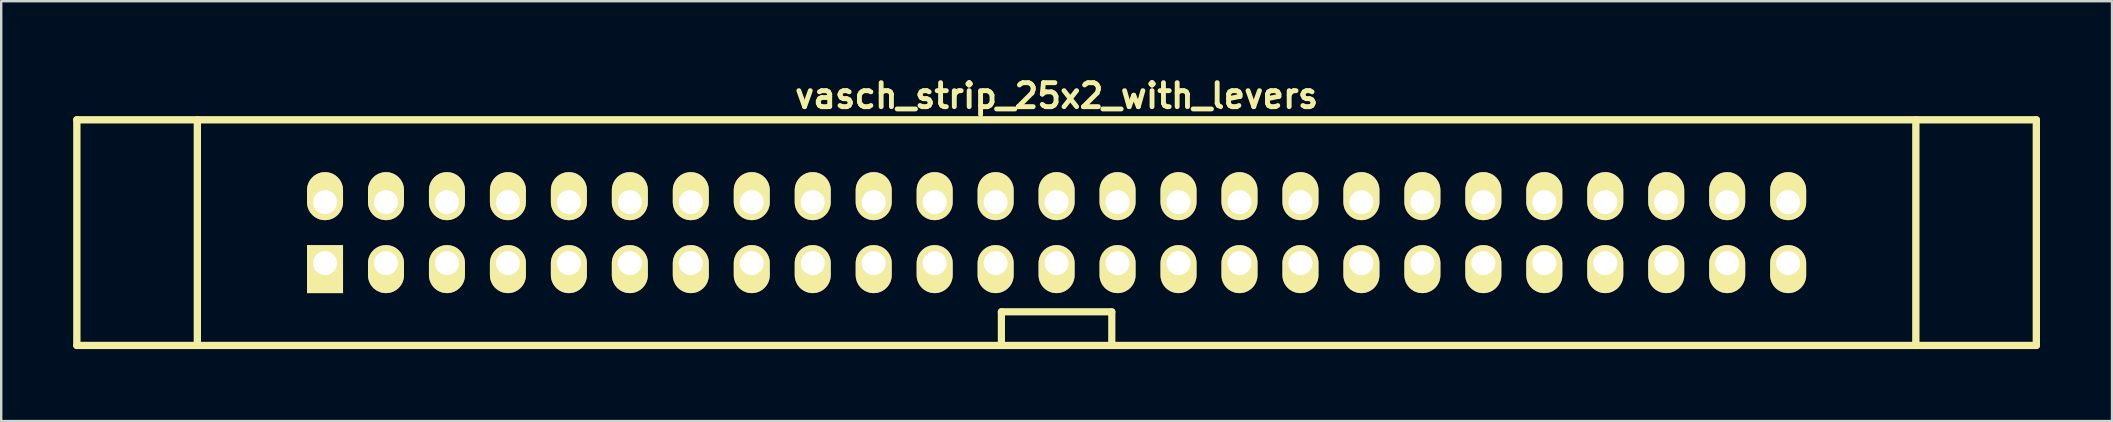
<source format=kicad_pcb>
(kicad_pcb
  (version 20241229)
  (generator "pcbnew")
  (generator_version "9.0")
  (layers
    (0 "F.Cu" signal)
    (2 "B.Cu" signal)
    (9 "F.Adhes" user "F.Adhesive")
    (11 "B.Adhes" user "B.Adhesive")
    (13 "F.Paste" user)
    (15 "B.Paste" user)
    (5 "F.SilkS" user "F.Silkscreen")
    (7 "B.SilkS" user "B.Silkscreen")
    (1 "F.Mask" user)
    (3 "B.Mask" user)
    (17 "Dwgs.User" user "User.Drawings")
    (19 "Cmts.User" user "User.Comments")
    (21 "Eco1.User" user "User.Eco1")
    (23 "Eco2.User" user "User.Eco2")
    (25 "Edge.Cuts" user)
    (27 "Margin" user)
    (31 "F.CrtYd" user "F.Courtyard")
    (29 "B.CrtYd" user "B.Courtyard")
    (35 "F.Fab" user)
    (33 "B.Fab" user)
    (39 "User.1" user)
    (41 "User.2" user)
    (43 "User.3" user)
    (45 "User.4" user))
  (footprint "vasch_strip_25x2_with_levers"
    (layer "F.Cu")
    (at 40.972 6.642)
    (property "Reference" "vasch_strip_25x2_with_levers" (at 0 -5.7 0) (layer "F.SilkS") (effects (font (size 1 1) (thickness 0.203))))
    (attr through_hole)
    (fp_line (start -40.82 -4.7) (end -40.82 4.7) (stroke (width 0.305) (type solid)) (layer "F.SilkS"))
    (fp_line (start -40.82 4.7) (end 40.82 4.7) (stroke (width 0.305) (type solid)) (layer "F.SilkS"))
    (fp_line (start -35.8 -4.7) (end -35.8 4.7) (stroke (width 0.305) (type solid)) (layer "F.SilkS"))
    (fp_line (start -2.3 3.3) (end -2.3 4.7) (stroke (width 0.3) (type solid)) (layer "F.SilkS"))
    (fp_line (start 2.3 3.3) (end -2.3 3.3) (stroke (width 0.3) (type solid)) (layer "F.SilkS"))
    (fp_line (start 2.3 4.7) (end 2.3 3.3) (stroke (width 0.3) (type solid)) (layer "F.SilkS"))
    (fp_line (start 35.8 -4.7) (end 35.8 4.7) (stroke (width 0.305) (type solid)) (layer "F.SilkS"))
    (fp_line (start 40.82 -4.7) (end -40.82 -4.7) (stroke (width 0.305) (type solid)) (layer "F.SilkS"))
    (fp_line (start 40.82 -4.7) (end 40.82 4.7) (stroke (width 0.305) (type solid)) (layer "F.SilkS"))
    (pad "1" thru_hole rect (at -30.48 1.27) (size 1.5 2) (drill 1 (offset 0 0.25)) (layers "*.Cu" "*.Mask" "F.SilkS"))
    (pad "2" thru_hole oval (at -30.48 -1.27) (size 1.5 2) (drill 1 (offset 0 -0.25)) (layers "*.Cu" "*.Mask" "F.SilkS"))
    (pad "3" thru_hole oval (at -27.94 1.27) (size 1.5 2) (drill 1 (offset 0 0.25)) (layers "*.Cu" "*.Mask" "F.SilkS"))
    (pad "4" thru_hole oval (at -27.94 -1.27) (size 1.5 2) (drill 1 (offset 0 -0.25)) (layers "*.Cu" "*.Mask" "F.SilkS"))
    (pad "5" thru_hole oval (at -25.4 1.27) (size 1.5 2) (drill 1 (offset 0 0.25)) (layers "*.Cu" "*.Mask" "F.SilkS"))
    (pad "6" thru_hole oval (at -25.4 -1.27) (size 1.5 2) (drill 1 (offset 0 -0.25)) (layers "*.Cu" "*.Mask" "F.SilkS"))
    (pad "7" thru_hole oval (at -22.86 1.27) (size 1.5 2) (drill 1 (offset 0 0.25)) (layers "*.Cu" "*.Mask" "F.SilkS"))
    (pad "8" thru_hole oval (at -22.86 -1.27) (size 1.5 2) (drill 1 (offset 0 -0.25)) (layers "*.Cu" "*.Mask" "F.SilkS"))
    (pad "9" thru_hole oval (at -20.32 1.27) (size 1.5 2) (drill 1 (offset 0 0.25)) (layers "*.Cu" "*.Mask" "F.SilkS"))
    (pad "10" thru_hole oval (at -20.32 -1.27) (size 1.5 2) (drill 1 (offset 0 -0.25)) (layers "*.Cu" "*.Mask" "F.SilkS"))
    (pad "11" thru_hole oval (at -17.78 1.27) (size 1.5 2) (drill 1 (offset 0 0.25)) (layers "*.Cu" "*.Mask" "F.SilkS"))
    (pad "12" thru_hole oval (at -17.78 -1.27) (size 1.5 2) (drill 1 (offset 0 -0.25)) (layers "*.Cu" "*.Mask" "F.SilkS"))
    (pad "13" thru_hole oval (at -15.24 1.27) (size 1.5 2) (drill 1 (offset 0 0.25)) (layers "*.Cu" "*.Mask" "F.SilkS"))
    (pad "14" thru_hole oval (at -15.24 -1.27) (size 1.5 2) (drill 1 (offset 0 -0.25)) (layers "*.Cu" "*.Mask" "F.SilkS"))
    (pad "15" thru_hole oval (at -12.7 1.27) (size 1.5 2) (drill 1 (offset 0 0.25)) (layers "*.Cu" "*.Mask" "F.SilkS"))
    (pad "16" thru_hole oval (at -12.7 -1.27) (size 1.5 2) (drill 1 (offset 0 -0.25)) (layers "*.Cu" "*.Mask" "F.SilkS"))
    (pad "17" thru_hole oval (at -10.16 1.27) (size 1.5 2) (drill 1 (offset 0 0.25)) (layers "*.Cu" "*.Mask" "F.SilkS"))
    (pad "18" thru_hole oval (at -10.16 -1.27) (size 1.5 2) (drill 1 (offset 0 -0.25)) (layers "*.Cu" "*.Mask" "F.SilkS"))
    (pad "19" thru_hole oval (at -7.62 1.27) (size 1.5 2) (drill 1 (offset 0 0.25)) (layers "*.Cu" "*.Mask" "F.SilkS"))
    (pad "20" thru_hole oval (at -7.62 -1.27) (size 1.5 2) (drill 1 (offset 0 -0.25)) (layers "*.Cu" "*.Mask" "F.SilkS"))
    (pad "21" thru_hole oval (at -5.08 1.27) (size 1.5 2) (drill 1 (offset 0 0.25)) (layers "*.Cu" "*.Mask" "F.SilkS"))
    (pad "22" thru_hole oval (at -5.08 -1.27) (size 1.5 2) (drill 1 (offset 0 -0.25)) (layers "*.Cu" "*.Mask" "F.SilkS"))
    (pad "23" thru_hole oval (at -2.54 1.27) (size 1.5 2) (drill 1 (offset 0 0.25)) (layers "*.Cu" "*.Mask" "F.SilkS"))
    (pad "24" thru_hole oval (at -2.54 -1.27) (size 1.5 2) (drill 1 (offset 0 -0.25)) (layers "*.Cu" "*.Mask" "F.SilkS"))
    (pad "25" thru_hole oval (at 0 1.27) (size 1.5 2) (drill 1 (offset 0 0.25)) (layers "*.Cu" "*.Mask" "F.SilkS"))
    (pad "26" thru_hole oval (at 0 -1.27) (size 1.5 2) (drill 1 (offset 0 -0.25)) (layers "*.Cu" "*.Mask" "F.SilkS"))
    (pad "27" thru_hole oval (at 2.54 1.27) (size 1.5 2) (drill 1 (offset 0 0.25)) (layers "*.Cu" "*.Mask" "F.SilkS"))
    (pad "28" thru_hole oval (at 2.54 -1.27) (size 1.5 2) (drill 1 (offset 0 -0.25)) (layers "*.Cu" "*.Mask" "F.SilkS"))
    (pad "29" thru_hole oval (at 5.08 1.27) (size 1.5 2) (drill 1 (offset 0 0.25)) (layers "*.Cu" "*.Mask" "F.SilkS"))
    (pad "30" thru_hole oval (at 5.08 -1.27) (size 1.5 2) (drill 1 (offset 0 -0.25)) (layers "*.Cu" "*.Mask" "F.SilkS"))
    (pad "31" thru_hole oval (at 7.62 1.27) (size 1.5 2) (drill 1 (offset 0 0.25)) (layers "*.Cu" "*.Mask" "F.SilkS"))
    (pad "32" thru_hole oval (at 7.62 -1.27) (size 1.5 2) (drill 1 (offset 0 -0.25)) (layers "*.Cu" "*.Mask" "F.SilkS"))
    (pad "33" thru_hole oval (at 10.16 1.27) (size 1.5 2) (drill 1 (offset 0 0.25)) (layers "*.Cu" "*.Mask" "F.SilkS"))
    (pad "34" thru_hole oval (at 10.16 -1.27) (size 1.5 2) (drill 1 (offset 0 -0.25)) (layers "*.Cu" "*.Mask" "F.SilkS"))
    (pad "35" thru_hole oval (at 12.7 1.27) (size 1.5 2) (drill 1 (offset 0 0.25)) (layers "*.Cu" "*.Mask" "F.SilkS"))
    (pad "36" thru_hole oval (at 12.7 -1.27) (size 1.5 2) (drill 1 (offset 0 -0.25)) (layers "*.Cu" "*.Mask" "F.SilkS"))
    (pad "37" thru_hole oval (at 15.24 1.27) (size 1.5 2) (drill 1 (offset 0 0.25)) (layers "*.Cu" "*.Mask" "F.SilkS"))
    (pad "38" thru_hole oval (at 15.24 -1.27) (size 1.5 2) (drill 1 (offset 0 -0.25)) (layers "*.Cu" "*.Mask" "F.SilkS"))
    (pad "39" thru_hole oval (at 17.78 1.27) (size 1.5 2) (drill 1 (offset 0 0.25)) (layers "*.Cu" "*.Mask" "F.SilkS"))
    (pad "40" thru_hole oval (at 17.78 -1.27) (size 1.5 2) (drill 1 (offset 0 -0.25)) (layers "*.Cu" "*.Mask" "F.SilkS"))
    (pad "41" thru_hole oval (at 20.32 1.27) (size 1.5 2) (drill 1 (offset 0 0.25)) (layers "*.Cu" "*.Mask" "F.SilkS"))
    (pad "42" thru_hole oval (at 20.32 -1.27) (size 1.5 2) (drill 1 (offset 0 -0.25)) (layers "*.Cu" "*.Mask" "F.SilkS"))
    (pad "43" thru_hole oval (at 22.86 1.27) (size 1.5 2) (drill 1 (offset 0 0.25)) (layers "*.Cu" "*.Mask" "F.SilkS"))
    (pad "44" thru_hole oval (at 22.86 -1.27) (size 1.5 2) (drill 1 (offset 0 -0.25)) (layers "*.Cu" "*.Mask" "F.SilkS"))
    (pad "45" thru_hole oval (at 25.4 1.27) (size 1.5 2) (drill 1 (offset 0 0.25)) (layers "*.Cu" "*.Mask" "F.SilkS"))
    (pad "46" thru_hole oval (at 25.4 -1.27) (size 1.5 2) (drill 1 (offset 0 -0.25)) (layers "*.Cu" "*.Mask" "F.SilkS"))
    (pad "47" thru_hole oval (at 27.94 1.27) (size 1.5 2) (drill 1 (offset 0 0.25)) (layers "*.Cu" "*.Mask" "F.SilkS"))
    (pad "48" thru_hole oval (at 27.94 -1.27) (size 1.5 2) (drill 1 (offset 0 -0.25)) (layers "*.Cu" "*.Mask" "F.SilkS"))
    (pad "49" thru_hole oval (at 30.48 1.27) (size 1.5 2) (drill 1 (offset 0 0.25)) (layers "*.Cu" "*.Mask" "F.SilkS"))
    (pad "50" thru_hole oval (at 30.48 -1.27) (size 1.5 2) (drill 1 (offset 0 -0.25)) (layers "*.Cu" "*.Mask" "F.SilkS")))
  (gr_rect
    (start -3 -3)
    (end 84.945 14.494)
    (stroke (width 0.1) (type default))
    (fill no)
    (layer "Edge.Cuts")))
</source>
